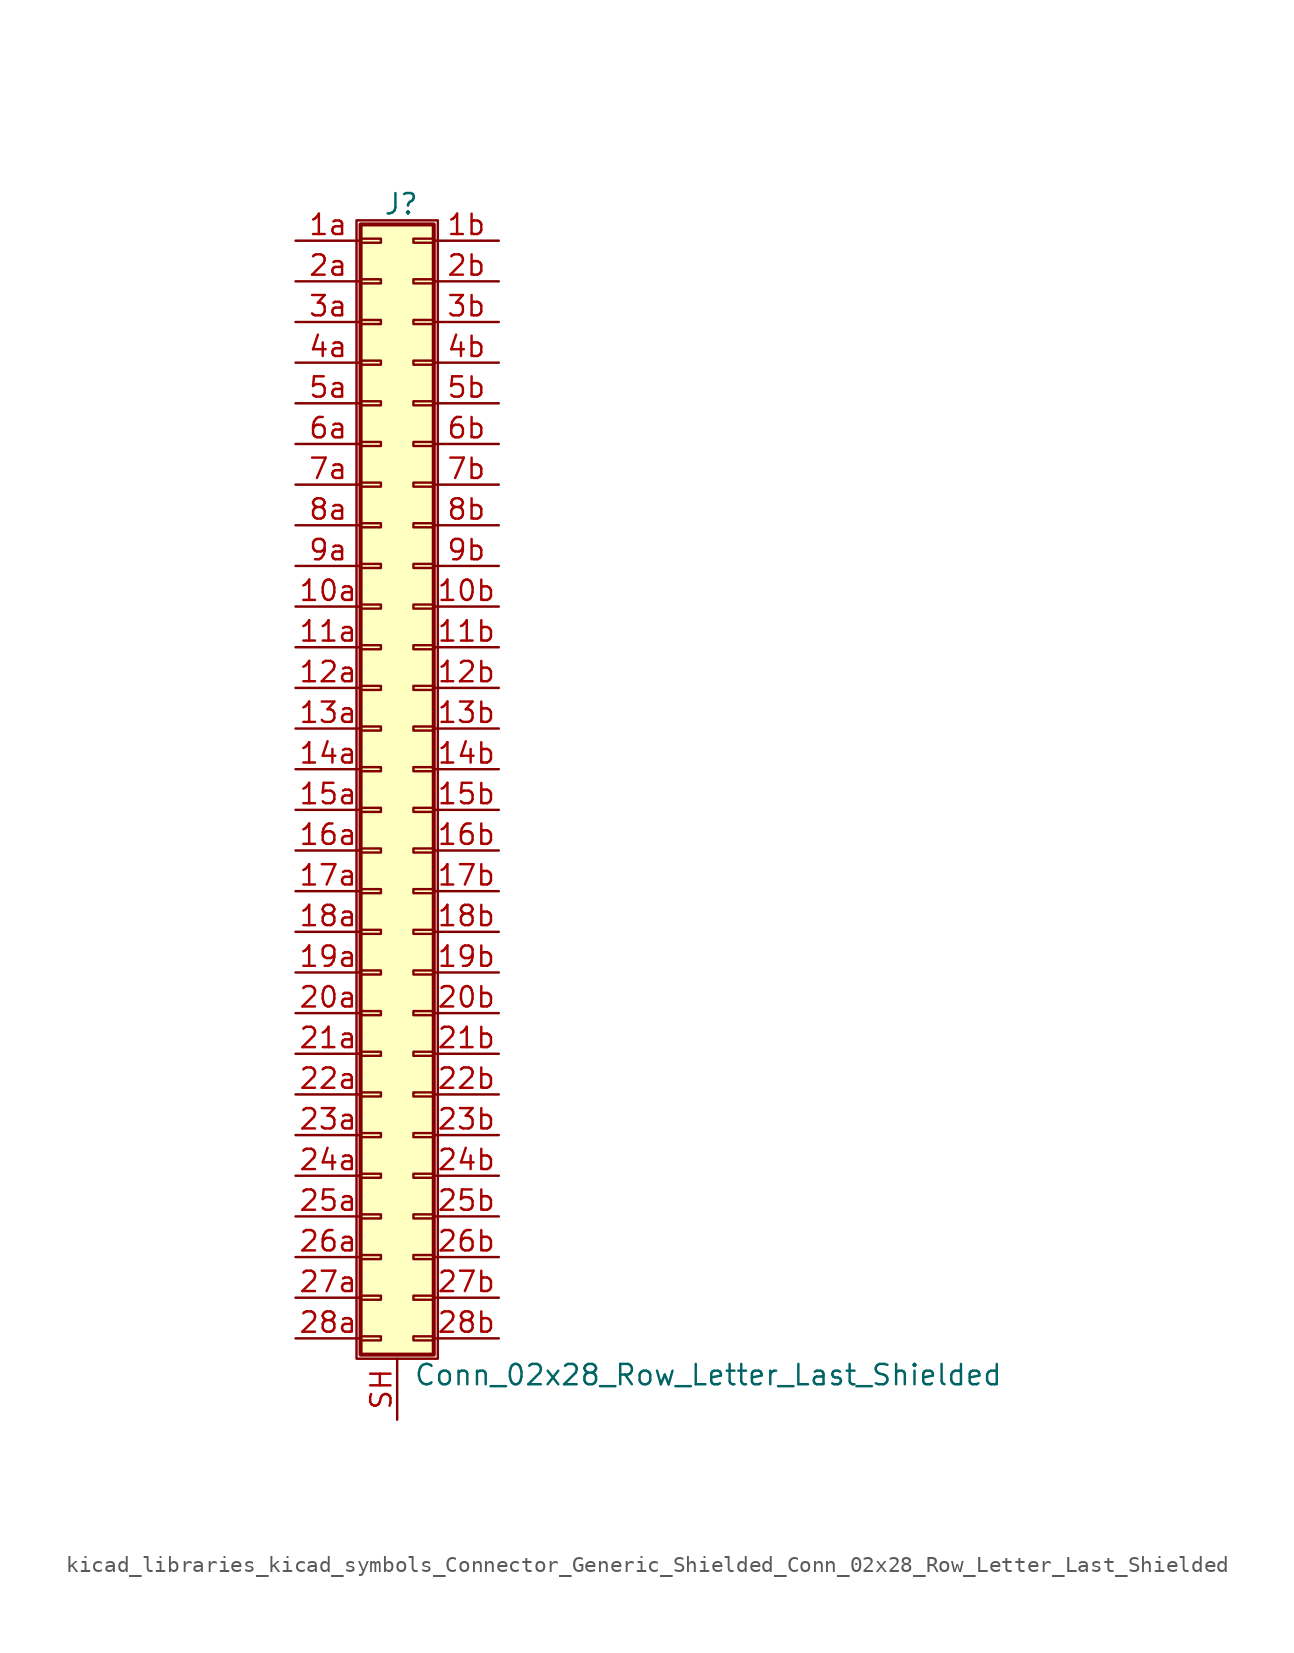
<source format=kicad_sym>
(kicad_symbol_lib
  (version 20220914)
  (generator kicad_symbol_editor)
  (symbol "kicad_libraries_kicad_symbols_Connector_Generic_Shielded_Conn_02x28_Row_Letter_Last_Shielded"
    (pin_names
      (offset 1.016) hide)
    (property "Reference" "J"
      (at 1.524 35.306 0)
      (effects (font (size 1.27 1.27))))
    (property "Value" "Conn_02x28_Row_Letter_Last_Shielded"
      (at 2.286 -37.846 0)
      (effects (font (size 1.27 1.27)) (justify left)))
    (symbol "kicad_libraries_kicad_symbols_Connector_Generic_Shielded_Conn_02x28_Row_Letter_Last_Shielded_1_1"
      (rectangle (start -1.27 34.29) (end 3.81 -36.83) (stroke (width 0.152) (type default)) (fill (type none)))
      (rectangle (start -1.016 -35.433) (end 0.254 -35.687) (stroke (width 0.152) (type default)) (fill (type none)))
      (rectangle (start -1.016 -32.893) (end 0.254 -33.147) (stroke (width 0.152) (type default)) (fill (type none)))
      (rectangle (start -1.016 -30.353) (end 0.254 -30.607) (stroke (width 0.152) (type default)) (fill (type none)))
      (rectangle (start -1.016 -27.813) (end 0.254 -28.067) (stroke (width 0.152) (type default)) (fill (type none)))
      (rectangle (start -1.016 -25.273) (end 0.254 -25.527) (stroke (width 0.152) (type default)) (fill (type none)))
      (rectangle (start -1.016 -22.733) (end 0.254 -22.987) (stroke (width 0.152) (type default)) (fill (type none)))
      (rectangle (start -1.016 -20.193) (end 0.254 -20.447) (stroke (width 0.152) (type default)) (fill (type none)))
      (rectangle (start -1.016 -17.653) (end 0.254 -17.907) (stroke (width 0.152) (type default)) (fill (type none)))
      (rectangle (start -1.016 -15.113) (end 0.254 -15.367) (stroke (width 0.152) (type default)) (fill (type none)))
      (rectangle (start -1.016 -12.573) (end 0.254 -12.827) (stroke (width 0.152) (type default)) (fill (type none)))
      (rectangle (start -1.016 -10.033) (end 0.254 -10.287) (stroke (width 0.152) (type default)) (fill (type none)))
      (rectangle (start -1.016 -7.493) (end 0.254 -7.747) (stroke (width 0.152) (type default)) (fill (type none)))
      (rectangle (start -1.016 -4.953) (end 0.254 -5.207) (stroke (width 0.152) (type default)) (fill (type none)))
      (rectangle (start -1.016 -2.413) (end 0.254 -2.667) (stroke (width 0.152) (type default)) (fill (type none)))
      (rectangle (start -1.016 0.127) (end 0.254 -0.127) (stroke (width 0.152) (type default)) (fill (type none)))
      (rectangle (start -1.016 2.667) (end 0.254 2.413) (stroke (width 0.152) (type default)) (fill (type none)))
      (rectangle (start -1.016 5.207) (end 0.254 4.953) (stroke (width 0.152) (type default)) (fill (type none)))
      (rectangle (start -1.016 7.747) (end 0.254 7.493) (stroke (width 0.152) (type default)) (fill (type none)))
      (rectangle (start -1.016 10.287) (end 0.254 10.033) (stroke (width 0.152) (type default)) (fill (type none)))
      (rectangle (start -1.016 12.827) (end 0.254 12.573) (stroke (width 0.152) (type default)) (fill (type none)))
      (rectangle (start -1.016 15.367) (end 0.254 15.113) (stroke (width 0.152) (type default)) (fill (type none)))
      (rectangle (start -1.016 17.907) (end 0.254 17.653) (stroke (width 0.152) (type default)) (fill (type none)))
      (rectangle (start -1.016 20.447) (end 0.254 20.193) (stroke (width 0.152) (type default)) (fill (type none)))
      (rectangle (start -1.016 22.987) (end 0.254 22.733) (stroke (width 0.152) (type default)) (fill (type none)))
      (rectangle (start -1.016 25.527) (end 0.254 25.273) (stroke (width 0.152) (type default)) (fill (type none)))
      (rectangle (start -1.016 28.067) (end 0.254 27.813) (stroke (width 0.152) (type default)) (fill (type none)))
      (rectangle (start -1.016 30.607) (end 0.254 30.353) (stroke (width 0.152) (type default)) (fill (type none)))
      (rectangle (start -1.016 33.147) (end 0.254 32.893) (stroke (width 0.152) (type default)) (fill (type none)))
      (rectangle (start -1.016 34.036) (end 3.556 -36.576) (stroke (width 0.254) (type default)) (fill (type background)))
      (rectangle (start 3.556 -35.433) (end 2.286 -35.687) (stroke (width 0.152) (type default)) (fill (type none)))
      (rectangle (start 3.556 -32.893) (end 2.286 -33.147) (stroke (width 0.152) (type default)) (fill (type none)))
      (rectangle (start 3.556 -30.353) (end 2.286 -30.607) (stroke (width 0.152) (type default)) (fill (type none)))
      (rectangle (start 3.556 -27.813) (end 2.286 -28.067) (stroke (width 0.152) (type default)) (fill (type none)))
      (rectangle (start 3.556 -25.273) (end 2.286 -25.527) (stroke (width 0.152) (type default)) (fill (type none)))
      (rectangle (start 3.556 -22.733) (end 2.286 -22.987) (stroke (width 0.152) (type default)) (fill (type none)))
      (rectangle (start 3.556 -20.193) (end 2.286 -20.447) (stroke (width 0.152) (type default)) (fill (type none)))
      (rectangle (start 3.556 -17.653) (end 2.286 -17.907) (stroke (width 0.152) (type default)) (fill (type none)))
      (rectangle (start 3.556 -15.113) (end 2.286 -15.367) (stroke (width 0.152) (type default)) (fill (type none)))
      (rectangle (start 3.556 -12.573) (end 2.286 -12.827) (stroke (width 0.152) (type default)) (fill (type none)))
      (rectangle (start 3.556 -10.033) (end 2.286 -10.287) (stroke (width 0.152) (type default)) (fill (type none)))
      (rectangle (start 3.556 -7.493) (end 2.286 -7.747) (stroke (width 0.152) (type default)) (fill (type none)))
      (rectangle (start 3.556 -4.953) (end 2.286 -5.207) (stroke (width 0.152) (type default)) (fill (type none)))
      (rectangle (start 3.556 -2.413) (end 2.286 -2.667) (stroke (width 0.152) (type default)) (fill (type none)))
      (rectangle (start 3.556 0.127) (end 2.286 -0.127) (stroke (width 0.152) (type default)) (fill (type none)))
      (rectangle (start 3.556 2.667) (end 2.286 2.413) (stroke (width 0.152) (type default)) (fill (type none)))
      (rectangle (start 3.556 5.207) (end 2.286 4.953) (stroke (width 0.152) (type default)) (fill (type none)))
      (rectangle (start 3.556 7.747) (end 2.286 7.493) (stroke (width 0.152) (type default)) (fill (type none)))
      (rectangle (start 3.556 10.287) (end 2.286 10.033) (stroke (width 0.152) (type default)) (fill (type none)))
      (rectangle (start 3.556 12.827) (end 2.286 12.573) (stroke (width 0.152) (type default)) (fill (type none)))
      (rectangle (start 3.556 15.367) (end 2.286 15.113) (stroke (width 0.152) (type default)) (fill (type none)))
      (rectangle (start 3.556 17.907) (end 2.286 17.653) (stroke (width 0.152) (type default)) (fill (type none)))
      (rectangle (start 3.556 20.447) (end 2.286 20.193) (stroke (width 0.152) (type default)) (fill (type none)))
      (rectangle (start 3.556 22.987) (end 2.286 22.733) (stroke (width 0.152) (type default)) (fill (type none)))
      (rectangle (start 3.556 25.527) (end 2.286 25.273) (stroke (width 0.152) (type default)) (fill (type none)))
      (rectangle (start 3.556 28.067) (end 2.286 27.813) (stroke (width 0.152) (type default)) (fill (type none)))
      (rectangle (start 3.556 30.607) (end 2.286 30.353) (stroke (width 0.152) (type default)) (fill (type none)))
      (rectangle (start 3.556 33.147) (end 2.286 32.893) (stroke (width 0.152) (type default)) (fill (type none)))
      (pin passive line (at -5.08 10.16 0) (length 4.064) (name "Pin_10a" (effects (font (size 1.27 1.27)))) (number "10a" (effects (font (size 1.27 1.27)))))
      (pin passive line (at 7.62 10.16 180) (length 4.064) (name "Pin_10b" (effects (font (size 1.27 1.27)))) (number "10b" (effects (font (size 1.27 1.27)))))
      (pin passive line (at -5.08 7.62 0) (length 4.064) (name "Pin_11a" (effects (font (size 1.27 1.27)))) (number "11a" (effects (font (size 1.27 1.27)))))
      (pin passive line (at 7.62 7.62 180) (length 4.064) (name "Pin_11b" (effects (font (size 1.27 1.27)))) (number "11b" (effects (font (size 1.27 1.27)))))
      (pin passive line (at -5.08 5.08 0) (length 4.064) (name "Pin_12a" (effects (font (size 1.27 1.27)))) (number "12a" (effects (font (size 1.27 1.27)))))
      (pin passive line (at 7.62 5.08 180) (length 4.064) (name "Pin_12b" (effects (font (size 1.27 1.27)))) (number "12b" (effects (font (size 1.27 1.27)))))
      (pin passive line (at -5.08 2.54 0) (length 4.064) (name "Pin_13a" (effects (font (size 1.27 1.27)))) (number "13a" (effects (font (size 1.27 1.27)))))
      (pin passive line (at 7.62 2.54 180) (length 4.064) (name "Pin_13b" (effects (font (size 1.27 1.27)))) (number "13b" (effects (font (size 1.27 1.27)))))
      (pin passive line (at -5.08 0 0) (length 4.064) (name "Pin_14a" (effects (font (size 1.27 1.27)))) (number "14a" (effects (font (size 1.27 1.27)))))
      (pin passive line (at 7.62 0 180) (length 4.064) (name "Pin_14b" (effects (font (size 1.27 1.27)))) (number "14b" (effects (font (size 1.27 1.27)))))
      (pin passive line (at -5.08 -2.54 0) (length 4.064) (name "Pin_15a" (effects (font (size 1.27 1.27)))) (number "15a" (effects (font (size 1.27 1.27)))))
      (pin passive line (at 7.62 -2.54 180) (length 4.064) (name "Pin_15b" (effects (font (size 1.27 1.27)))) (number "15b" (effects (font (size 1.27 1.27)))))
      (pin passive line (at -5.08 -5.08 0) (length 4.064) (name "Pin_16a" (effects (font (size 1.27 1.27)))) (number "16a" (effects (font (size 1.27 1.27)))))
      (pin passive line (at 7.62 -5.08 180) (length 4.064) (name "Pin_16b" (effects (font (size 1.27 1.27)))) (number "16b" (effects (font (size 1.27 1.27)))))
      (pin passive line (at -5.08 -7.62 0) (length 4.064) (name "Pin_17a" (effects (font (size 1.27 1.27)))) (number "17a" (effects (font (size 1.27 1.27)))))
      (pin passive line (at 7.62 -7.62 180) (length 4.064) (name "Pin_17b" (effects (font (size 1.27 1.27)))) (number "17b" (effects (font (size 1.27 1.27)))))
      (pin passive line (at -5.08 -10.16 0) (length 4.064) (name "Pin_18a" (effects (font (size 1.27 1.27)))) (number "18a" (effects (font (size 1.27 1.27)))))
      (pin passive line (at 7.62 -10.16 180) (length 4.064) (name "Pin_18b" (effects (font (size 1.27 1.27)))) (number "18b" (effects (font (size 1.27 1.27)))))
      (pin passive line (at -5.08 -12.7 0) (length 4.064) (name "Pin_19a" (effects (font (size 1.27 1.27)))) (number "19a" (effects (font (size 1.27 1.27)))))
      (pin passive line (at 7.62 -12.7 180) (length 4.064) (name "Pin_19b" (effects (font (size 1.27 1.27)))) (number "19b" (effects (font (size 1.27 1.27)))))
      (pin passive line (at -5.08 33.02 0) (length 4.064) (name "Pin_1a" (effects (font (size 1.27 1.27)))) (number "1a" (effects (font (size 1.27 1.27)))))
      (pin passive line (at 7.62 33.02 180) (length 4.064) (name "Pin_1b" (effects (font (size 1.27 1.27)))) (number "1b" (effects (font (size 1.27 1.27)))))
      (pin passive line (at -5.08 -15.24 0) (length 4.064) (name "Pin_20a" (effects (font (size 1.27 1.27)))) (number "20a" (effects (font (size 1.27 1.27)))))
      (pin passive line (at 7.62 -15.24 180) (length 4.064) (name "Pin_20b" (effects (font (size 1.27 1.27)))) (number "20b" (effects (font (size 1.27 1.27)))))
      (pin passive line (at -5.08 -17.78 0) (length 4.064) (name "Pin_21a" (effects (font (size 1.27 1.27)))) (number "21a" (effects (font (size 1.27 1.27)))))
      (pin passive line (at 7.62 -17.78 180) (length 4.064) (name "Pin_21b" (effects (font (size 1.27 1.27)))) (number "21b" (effects (font (size 1.27 1.27)))))
      (pin passive line (at -5.08 -20.32 0) (length 4.064) (name "Pin_22a" (effects (font (size 1.27 1.27)))) (number "22a" (effects (font (size 1.27 1.27)))))
      (pin passive line (at 7.62 -20.32 180) (length 4.064) (name "Pin_22b" (effects (font (size 1.27 1.27)))) (number "22b" (effects (font (size 1.27 1.27)))))
      (pin passive line (at -5.08 -22.86 0) (length 4.064) (name "Pin_23a" (effects (font (size 1.27 1.27)))) (number "23a" (effects (font (size 1.27 1.27)))))
      (pin passive line (at 7.62 -22.86 180) (length 4.064) (name "Pin_23b" (effects (font (size 1.27 1.27)))) (number "23b" (effects (font (size 1.27 1.27)))))
      (pin passive line (at -5.08 -25.4 0) (length 4.064) (name "Pin_24a" (effects (font (size 1.27 1.27)))) (number "24a" (effects (font (size 1.27 1.27)))))
      (pin passive line (at 7.62 -25.4 180) (length 4.064) (name "Pin_24b" (effects (font (size 1.27 1.27)))) (number "24b" (effects (font (size 1.27 1.27)))))
      (pin passive line (at -5.08 -27.94 0) (length 4.064) (name "Pin_25a" (effects (font (size 1.27 1.27)))) (number "25a" (effects (font (size 1.27 1.27)))))
      (pin passive line (at 7.62 -27.94 180) (length 4.064) (name "Pin_25b" (effects (font (size 1.27 1.27)))) (number "25b" (effects (font (size 1.27 1.27)))))
      (pin passive line (at -5.08 -30.48 0) (length 4.064) (name "Pin_26a" (effects (font (size 1.27 1.27)))) (number "26a" (effects (font (size 1.27 1.27)))))
      (pin passive line (at 7.62 -30.48 180) (length 4.064) (name "Pin_26b" (effects (font (size 1.27 1.27)))) (number "26b" (effects (font (size 1.27 1.27)))))
      (pin passive line (at -5.08 -33.02 0) (length 4.064) (name "Pin_27a" (effects (font (size 1.27 1.27)))) (number "27a" (effects (font (size 1.27 1.27)))))
      (pin passive line (at 7.62 -33.02 180) (length 4.064) (name "Pin_27b" (effects (font (size 1.27 1.27)))) (number "27b" (effects (font (size 1.27 1.27)))))
      (pin passive line (at -5.08 -35.56 0) (length 4.064) (name "Pin_28a" (effects (font (size 1.27 1.27)))) (number "28a" (effects (font (size 1.27 1.27)))))
      (pin passive line (at 7.62 -35.56 180) (length 4.064) (name "Pin_28b" (effects (font (size 1.27 1.27)))) (number "28b" (effects (font (size 1.27 1.27)))))
      (pin passive line (at -5.08 30.48 0) (length 4.064) (name "Pin_2a" (effects (font (size 1.27 1.27)))) (number "2a" (effects (font (size 1.27 1.27)))))
      (pin passive line (at 7.62 30.48 180) (length 4.064) (name "Pin_2b" (effects (font (size 1.27 1.27)))) (number "2b" (effects (font (size 1.27 1.27)))))
      (pin passive line (at -5.08 27.94 0) (length 4.064) (name "Pin_3a" (effects (font (size 1.27 1.27)))) (number "3a" (effects (font (size 1.27 1.27)))))
      (pin passive line (at 7.62 27.94 180) (length 4.064) (name "Pin_3b" (effects (font (size 1.27 1.27)))) (number "3b" (effects (font (size 1.27 1.27)))))
      (pin passive line (at -5.08 25.4 0) (length 4.064) (name "Pin_4a" (effects (font (size 1.27 1.27)))) (number "4a" (effects (font (size 1.27 1.27)))))
      (pin passive line (at 7.62 25.4 180) (length 4.064) (name "Pin_4b" (effects (font (size 1.27 1.27)))) (number "4b" (effects (font (size 1.27 1.27)))))
      (pin passive line (at -5.08 22.86 0) (length 4.064) (name "Pin_5a" (effects (font (size 1.27 1.27)))) (number "5a" (effects (font (size 1.27 1.27)))))
      (pin passive line (at 7.62 22.86 180) (length 4.064) (name "Pin_5b" (effects (font (size 1.27 1.27)))) (number "5b" (effects (font (size 1.27 1.27)))))
      (pin passive line (at -5.08 20.32 0) (length 4.064) (name "Pin_6a" (effects (font (size 1.27 1.27)))) (number "6a" (effects (font (size 1.27 1.27)))))
      (pin passive line (at 7.62 20.32 180) (length 4.064) (name "Pin_6b" (effects (font (size 1.27 1.27)))) (number "6b" (effects (font (size 1.27 1.27)))))
      (pin passive line (at -5.08 17.78 0) (length 4.064) (name "Pin_7a" (effects (font (size 1.27 1.27)))) (number "7a" (effects (font (size 1.27 1.27)))))
      (pin passive line (at 7.62 17.78 180) (length 4.064) (name "Pin_7b" (effects (font (size 1.27 1.27)))) (number "7b" (effects (font (size 1.27 1.27)))))
      (pin passive line (at -5.08 15.24 0) (length 4.064) (name "Pin_8a" (effects (font (size 1.27 1.27)))) (number "8a" (effects (font (size 1.27 1.27)))))
      (pin passive line (at 7.62 15.24 180) (length 4.064) (name "Pin_8b" (effects (font (size 1.27 1.27)))) (number "8b" (effects (font (size 1.27 1.27)))))
      (pin passive line (at -5.08 12.7 0) (length 4.064) (name "Pin_9a" (effects (font (size 1.27 1.27)))) (number "9a" (effects (font (size 1.27 1.27)))))
      (pin passive line (at 7.62 12.7 180) (length 4.064) (name "Pin_9b" (effects (font (size 1.27 1.27)))) (number "9b" (effects (font (size 1.27 1.27)))))
      (pin passive line (at 1.27 -40.64 90) (length 3.81) (name "Shield" (effects (font (size 1.27 1.27)))) (number "SH" (effects (font (size 1.27 1.27))))))))
</source>
